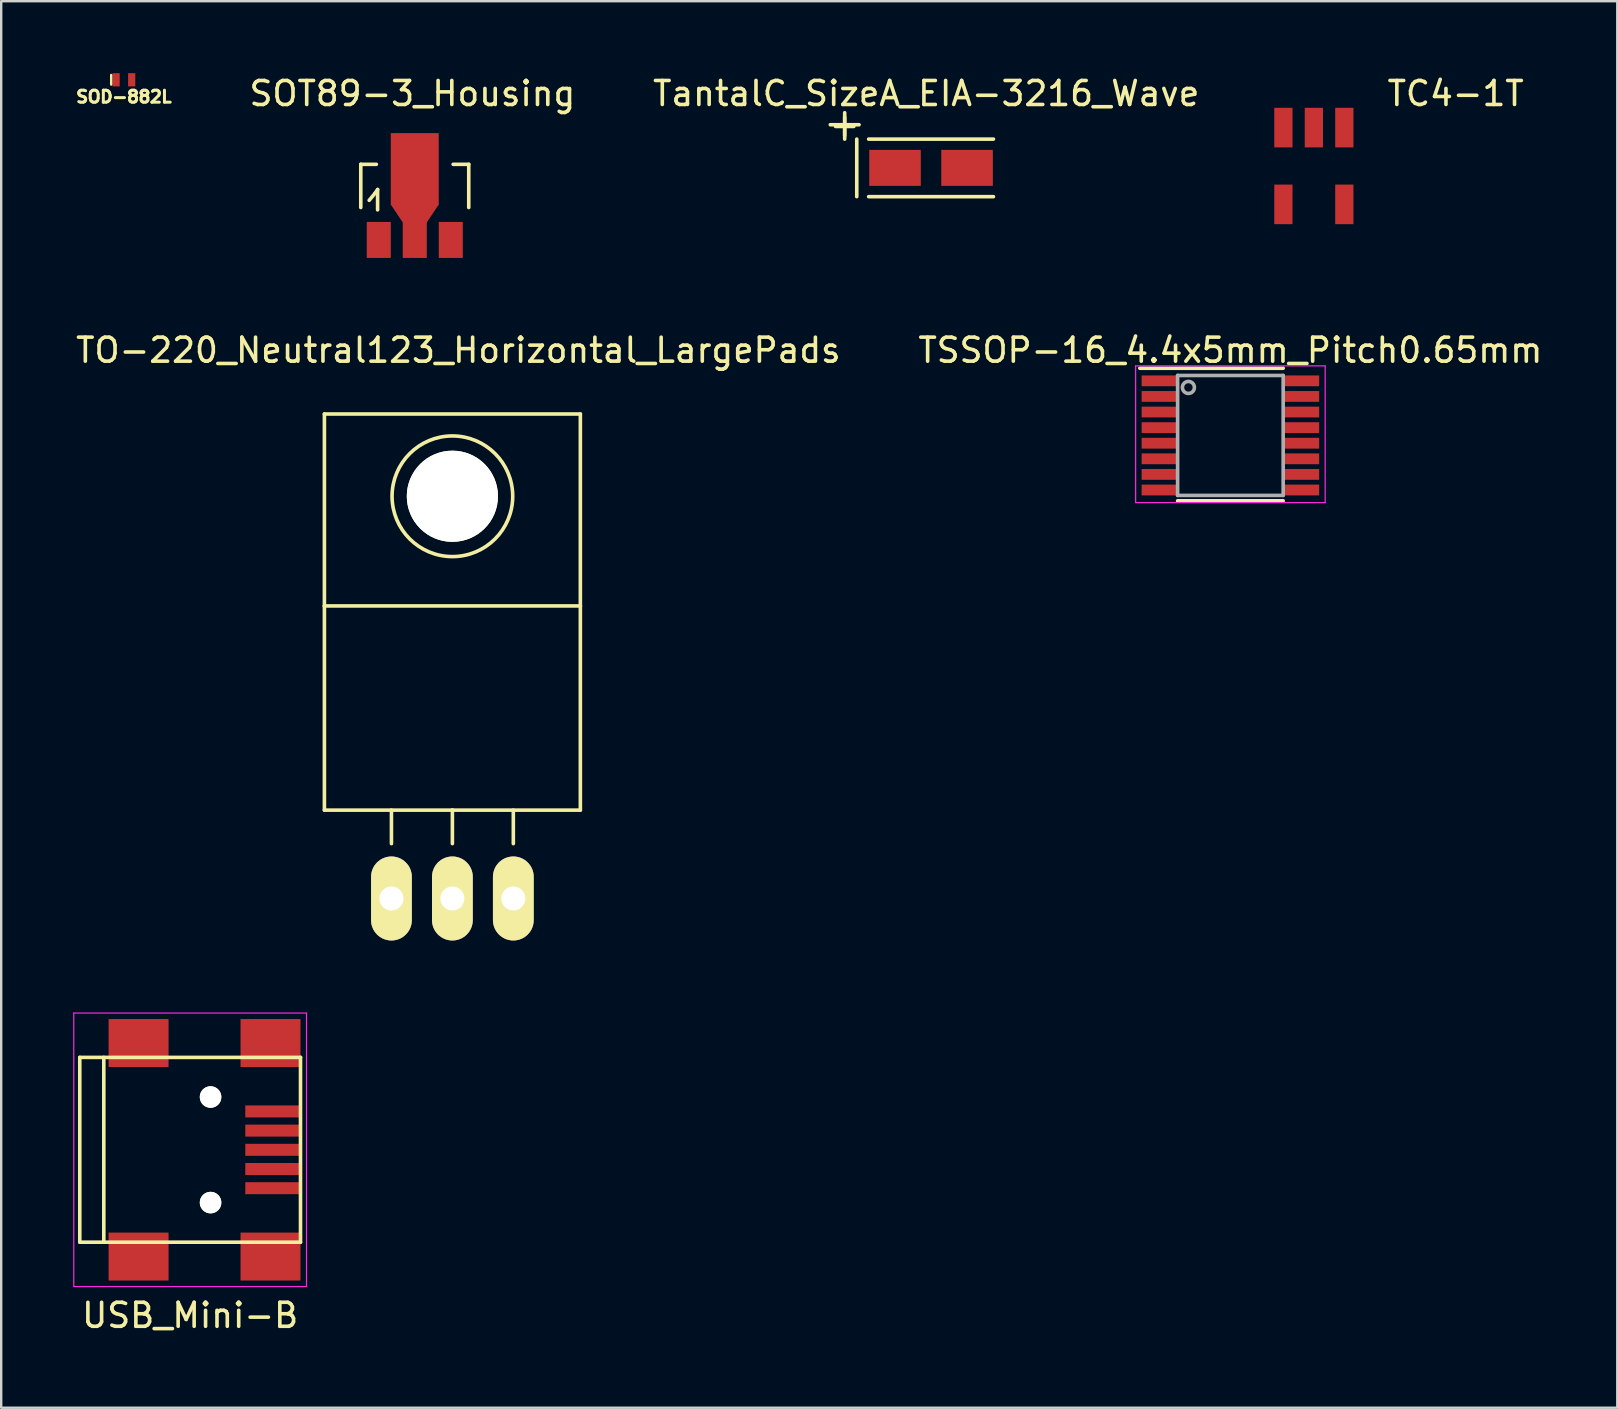
<source format=kicad_pcb>
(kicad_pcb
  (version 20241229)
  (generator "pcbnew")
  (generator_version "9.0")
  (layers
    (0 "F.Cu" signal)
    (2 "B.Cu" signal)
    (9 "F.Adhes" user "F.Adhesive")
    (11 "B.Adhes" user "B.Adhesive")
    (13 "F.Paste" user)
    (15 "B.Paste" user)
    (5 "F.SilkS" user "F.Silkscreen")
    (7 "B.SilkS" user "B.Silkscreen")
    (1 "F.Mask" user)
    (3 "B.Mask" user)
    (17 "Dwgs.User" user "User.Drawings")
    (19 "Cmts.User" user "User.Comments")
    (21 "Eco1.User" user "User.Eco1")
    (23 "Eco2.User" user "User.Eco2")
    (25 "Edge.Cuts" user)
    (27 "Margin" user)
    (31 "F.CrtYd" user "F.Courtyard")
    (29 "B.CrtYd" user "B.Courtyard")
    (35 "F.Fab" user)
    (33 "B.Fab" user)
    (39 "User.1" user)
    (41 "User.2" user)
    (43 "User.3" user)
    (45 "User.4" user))
  (footprint "TSSOP-16_4.4x5mm_Pitch0.65mm"
    (layer "F.Cu")
    (at 48.232 15.098)
    (property "Reference" "TSSOP-16_4.4x5mm_Pitch0.65mm" (at 0 -3.55 0) (layer "F.SilkS") (effects (font (size 1 1) (thickness 0.15))))
    (attr smd)
    (fp_line (start -3.775 -2.8) (end 2.2 -2.8) (stroke (width 0.15) (type solid)) (layer "F.SilkS"))
    (fp_line (start -2.2 2.725) (end 2.2 2.725) (stroke (width 0.15) (type solid)) (layer "F.SilkS"))
    (fp_line (start -3.95 -2.9) (end -3.95 2.8) (stroke (width 0.05) (type solid)) (layer "F.CrtYd"))
    (fp_line (start -3.95 -2.9) (end 3.95 -2.9) (stroke (width 0.05) (type solid)) (layer "F.CrtYd"))
    (fp_line (start -3.95 2.8) (end 3.95 2.8) (stroke (width 0.05) (type solid)) (layer "F.CrtYd"))
    (fp_line (start 3.95 -2.9) (end 3.95 2.8) (stroke (width 0.05) (type solid)) (layer "F.CrtYd"))
    (fp_line (start -2.2 -2.5) (end 2.2 -2.5) (stroke (width 0.15) (type solid)) (layer "F.Fab"))
    (fp_line (start -2.2 2.5) (end -2.2 -2.5) (stroke (width 0.15) (type solid)) (layer "F.Fab"))
    (fp_line (start 2.2 -2.5) (end 2.2 2.5) (stroke (width 0.15) (type solid)) (layer "F.Fab"))
    (fp_line (start 2.2 2.5) (end -2.2 2.5) (stroke (width 0.15) (type solid)) (layer "F.Fab"))
    (fp_circle (center -1.75 -2) (end -2 -2) (stroke (width 0.15) (type solid)) (fill no) (layer "F.Fab"))
    (pad "1" smd rect (at -2.95 -2.275) (size 1.5 0.45) (layers "F.Cu" "F.Mask" "F.Paste"))
    (pad "2" smd rect (at -2.95 -1.625) (size 1.5 0.45) (layers "F.Cu" "F.Mask" "F.Paste"))
    (pad "3" smd rect (at -2.95 -0.975) (size 1.5 0.45) (layers "F.Cu" "F.Mask" "F.Paste"))
    (pad "4" smd rect (at -2.95 -0.325) (size 1.5 0.45) (layers "F.Cu" "F.Mask" "F.Paste"))
    (pad "5" smd rect (at -2.95 0.325) (size 1.5 0.45) (layers "F.Cu" "F.Mask" "F.Paste"))
    (pad "6" smd rect (at -2.95 0.975) (size 1.5 0.45) (layers "F.Cu" "F.Mask" "F.Paste"))
    (pad "7" smd rect (at -2.95 1.625) (size 1.5 0.45) (layers "F.Cu" "F.Mask" "F.Paste"))
    (pad "8" smd rect (at -2.95 2.275) (size 1.5 0.45) (layers "F.Cu" "F.Mask" "F.Paste"))
    (pad "9" smd rect (at 2.95 2.275) (size 1.5 0.45) (layers "F.Cu" "F.Mask" "F.Paste"))
    (pad "10" smd rect (at 2.95 1.625) (size 1.5 0.45) (layers "F.Cu" "F.Mask" "F.Paste"))
    (pad "11" smd rect (at 2.95 0.975) (size 1.5 0.45) (layers "F.Cu" "F.Mask" "F.Paste"))
    (pad "12" smd rect (at 2.95 0.325) (size 1.5 0.45) (layers "F.Cu" "F.Mask" "F.Paste"))
    (pad "13" smd rect (at 2.95 -0.325) (size 1.5 0.45) (layers "F.Cu" "F.Mask" "F.Paste"))
    (pad "14" smd rect (at 2.95 -0.975) (size 1.5 0.45) (layers "F.Cu" "F.Mask" "F.Paste"))
    (pad "15" smd rect (at 2.95 -1.625) (size 1.5 0.45) (layers "F.Cu" "F.Mask" "F.Paste"))
    (pad "16" smd rect (at 2.95 -2.275) (size 1.5 0.45) (layers "F.Cu" "F.Mask" "F.Paste")))
  (footprint "TC4-1T"
    (layer "F.Cu")
    (at 51.711 3.868)
    (property "Reference" "TC4-1T" (at 5.91 -3.02 0) (layer "F.SilkS") (effects (font (size 1 1) (thickness 0.15))))
    (attr through_hole)
    (pad "1" smd rect (at -1.27 -1.6) (size 0.76 1.65) (layers "F.Cu" "F.Mask" "F.Paste"))
    (pad "2" smd rect (at 0 -1.6) (size 0.76 1.65) (layers "F.Cu" "F.Mask" "F.Paste"))
    (pad "3" smd rect (at 1.27 -1.6) (size 0.76 1.65) (layers "F.Cu" "F.Mask" "F.Paste"))
    (pad "4" smd rect (at 1.27 1.6) (size 0.76 1.65) (layers "F.Cu" "F.Mask" "F.Paste"))
    (pad "6" smd rect (at -1.27 1.6) (size 0.76 1.65) (layers "F.Cu" "F.Mask" "F.Paste")))
  (footprint "SOT89-3_Housing"
    (layer "F.Cu")
    (at 14.237 5.098)
    (property "Reference" "SOT89-3_Housing" (at -0.099 -4.249 0) (layer "F.SilkS") (effects (font (size 1 1) (thickness 0.15))))
    (attr smd)
    (fp_line (start -2.25 -1.3) (end -2.25 0.5) (stroke (width 0.15) (type solid)) (layer "F.SilkS"))
    (fp_line (start -2.25 -1.3) (end -1.6 -1.3) (stroke (width 0.15) (type solid)) (layer "F.SilkS"))
    (fp_line (start -1.9 0.201) (end -1.651 -0.099) (stroke (width 0.15) (type solid)) (layer "F.SilkS"))
    (fp_line (start -1.651 -0.099) (end -1.549 -0.249) (stroke (width 0.15) (type solid)) (layer "F.SilkS"))
    (fp_line (start -1.549 -0.249) (end -1.549 0.599) (stroke (width 0.15) (type solid)) (layer "F.SilkS"))
    (fp_line (start 2.25 -1.3) (end 1.6 -1.3) (stroke (width 0.15) (type solid)) (layer "F.SilkS"))
    (fp_line (start 2.25 -1.3) (end 2.25 0.5) (stroke (width 0.15) (type solid)) (layer "F.SilkS"))
    (pad "1" smd rect (at -1.501 1.852) (size 1.001 1.501) (layers "F.Cu" "F.Mask" "F.Paste"))
    (pad "2" smd rect (at 0 -1.1) (size 1.999 3) (layers "F.Cu" "F.Mask" "F.Paste"))
    (pad "2" smd trapezoid (at 0 0.749 180) (size 1.501 0.749) (rect_delta 0 0.5) (layers "F.Cu" "F.Mask" "F.Paste"))
    (pad "2" smd rect (at 0 1.852) (size 1.001 1.501) (layers "F.Cu" "F.Mask" "F.Paste"))
    (pad "3" smd rect (at 1.501 1.852) (size 1.001 1.501) (layers "F.Cu" "F.Mask" "F.Paste")))
  (footprint "TO-220_Neutral123_Horizontal_LargePads"
    (layer "F.Cu")
    (at 15.805 34.398)
    (property "Reference" "TO-220_Neutral123_Horizontal_LargePads" (at 0.249 -22.85 0) (layer "F.SilkS") (effects (font (size 1 1) (thickness 0.15))))
    (attr through_hole)
    (fp_line (start -5.334 -20.193) (end -5.334 -12.192) (stroke (width 0.15) (type solid)) (layer "F.SilkS"))
    (fp_line (start -5.334 -12.192) (end -5.334 -3.683) (stroke (width 0.15) (type solid)) (layer "F.SilkS"))
    (fp_line (start -2.54 -3.683) (end -2.54 -2.286) (stroke (width 0.15) (type solid)) (layer "F.SilkS"))
    (fp_line (start 0 -3.683) (end -5.334 -3.683) (stroke (width 0.15) (type solid)) (layer "F.SilkS"))
    (fp_line (start 0 -3.683) (end 0 -2.286) (stroke (width 0.15) (type solid)) (layer "F.SilkS"))
    (fp_line (start 0 -3.683) (end 5.334 -3.683) (stroke (width 0.15) (type solid)) (layer "F.SilkS"))
    (fp_line (start 2.54 -3.683) (end 2.54 -2.286) (stroke (width 0.15) (type solid)) (layer "F.SilkS"))
    (fp_line (start 5.334 -20.193) (end -5.334 -20.193) (stroke (width 0.15) (type solid)) (layer "F.SilkS"))
    (fp_line (start 5.334 -12.192) (end -5.334 -12.192) (stroke (width 0.15) (type solid)) (layer "F.SilkS"))
    (fp_line (start 5.334 -12.192) (end 5.334 -20.193) (stroke (width 0.15) (type solid)) (layer "F.SilkS"))
    (fp_line (start 5.334 -3.683) (end 5.334 -12.192) (stroke (width 0.15) (type solid)) (layer "F.SilkS"))
    (fp_circle (center 0 -16.764) (end 1.778 -14.986) (stroke (width 0.15) (type solid)) (fill no) (layer "F.SilkS"))
    (pad "" np_thru_hole circle (at 0 -16.764 90) (size 3.8 3.8) (drill 3.8) (layers "*.Cu" "*.Mask" "F.SilkS"))
    (pad "1" thru_hole oval (at -2.54 0 90) (size 3.5 1.699) (drill 1.001) (layers "*.Cu" "*.Mask" "F.SilkS"))
    (pad "2" thru_hole oval (at 0 0 90) (size 3.5 1.699) (drill 1.001) (layers "*.Cu" "*.Mask" "F.SilkS"))
    (pad "3" thru_hole oval (at 2.54 0 90) (size 3.5 1.699) (drill 1.001) (layers "*.Cu" "*.Mask" "F.SilkS")))
  (footprint "USB_Mini-B"
    (layer "F.Cu")
    (at 4.875 44.873)
    (property "Reference" "USB_Mini-B" (at 0 6.901 0) (layer "F.SilkS") (effects (font (size 1 1) (thickness 0.15))))
    (attr smd)
    (fp_line (start -4.6 -3.851) (end -4.6 3.851) (stroke (width 0.15) (type solid)) (layer "F.SilkS"))
    (fp_line (start -4.6 3.851) (end 4.6 3.851) (stroke (width 0.15) (type solid)) (layer "F.SilkS"))
    (fp_line (start -3.599 -3.851) (end -3.599 3.851) (stroke (width 0.15) (type solid)) (layer "F.SilkS"))
    (fp_line (start 4.6 -3.851) (end -4.6 -3.851) (stroke (width 0.15) (type solid)) (layer "F.SilkS"))
    (fp_line (start 4.6 3.851) (end 4.6 -3.851) (stroke (width 0.15) (type solid)) (layer "F.SilkS"))
    (fp_line (start -4.85 -5.7) (end 4.85 -5.7) (stroke (width 0.05) (type solid)) (layer "F.CrtYd"))
    (fp_line (start -4.85 5.7) (end -4.85 -5.7) (stroke (width 0.05) (type solid)) (layer "F.CrtYd"))
    (fp_line (start 4.85 -5.7) (end 4.85 5.7) (stroke (width 0.05) (type solid)) (layer "F.CrtYd"))
    (fp_line (start 4.85 5.7) (end -4.85 5.7) (stroke (width 0.05) (type solid)) (layer "F.CrtYd"))
    (pad "" np_thru_hole circle (at 0.851 -2.2) (size 0.899 0.899) (drill 0.899) (layers "*.Cu" "*.Mask" "F.SilkS"))
    (pad "" np_thru_hole circle (at 0.851 2.2) (size 0.899 0.899) (drill 0.899) (layers "*.Cu" "*.Mask" "F.SilkS"))
    (pad "1" smd rect (at 3.449 -1.6) (size 2.301 0.5) (layers "F.Cu" "F.Mask" "F.Paste"))
    (pad "2" smd rect (at 3.449 -0.8) (size 2.301 0.5) (layers "F.Cu" "F.Mask" "F.Paste"))
    (pad "3" smd rect (at 3.449 0) (size 2.301 0.5) (layers "F.Cu" "F.Mask" "F.Paste"))
    (pad "4" smd rect (at 3.449 0.8) (size 2.301 0.5) (layers "F.Cu" "F.Mask" "F.Paste"))
    (pad "5" smd rect (at 3.449 1.6) (size 2.301 0.5) (layers "F.Cu" "F.Mask" "F.Paste"))
    (pad "6" smd rect (at -2.149 -4.45) (size 2.499 1.999) (layers "F.Cu" "F.Mask" "F.Paste"))
    (pad "6" smd rect (at -2.149 4.45) (size 2.499 1.999) (layers "F.Cu" "F.Mask" "F.Paste"))
    (pad "6" smd rect (at 3.35 -4.45) (size 2.499 1.999) (layers "F.Cu" "F.Mask" "F.Paste"))
    (pad "6" smd rect (at 3.35 4.45) (size 2.499 1.999) (layers "F.Cu" "F.Mask" "F.Paste")))
  (footprint "SOD-882L"
    (layer "F.Cu")
    (at 2.114 0.275)
    (property "Reference" "SOD-882L" (at 0 0.709 0) (layer "F.SilkS") (effects (font (size 0.5 0.5) (thickness 0.125))))
    (attr through_hole)
    (fp_line (start -0.53 -0.2) (end -0.53 0.2) (stroke (width 0.1) (type solid)) (layer "F.SilkS"))
    (pad "1" smd rect (at -0.325 0) (size 0.3 0.55) (layers "F.Cu" "F.Mask" "F.Paste"))
    (pad "2" smd rect (at 0.325 0) (size 0.3 0.55) (layers "F.Cu" "F.Mask" "F.Paste")))
  (footprint "TantalC_SizeA_EIA-3216_Wave"
    (layer "F.Cu")
    (at 35.755 3.947)
    (property "Reference" "TantalC_SizeA_EIA-3216_Wave" (at -0.201 -3.099 0) (layer "F.SilkS") (effects (font (size 1 1) (thickness 0.15))))
    (attr smd)
    (fp_line (start -4.199 -1.798) (end -3 -1.798) (stroke (width 0.15) (type solid)) (layer "F.SilkS"))
    (fp_line (start -3.599 -2.299) (end -3.599 -1.199) (stroke (width 0.15) (type solid)) (layer "F.SilkS"))
    (fp_line (start -3.096 -1.199) (end -3.096 1.199) (stroke (width 0.15) (type solid)) (layer "F.SilkS"))
    (fp_line (start -2.601 1.199) (end 2.601 1.199) (stroke (width 0.15) (type solid)) (layer "F.SilkS"))
    (fp_line (start 2.601 -1.199) (end -2.601 -1.199) (stroke (width 0.15) (type solid)) (layer "F.SilkS"))
    (fp_text user "+" (at -3.599 -1.801 0) (layer "F.SilkS") (effects (font (size 1 1) (thickness 0.15))))
    (pad "1" smd rect (at -1.501 0) (size 2.149 1.501) (layers "F.Cu" "F.Mask" "F.Paste"))
    (pad "2" smd rect (at 1.501 0) (size 2.149 1.501) (layers "F.Cu" "F.Mask" "F.Paste")))
  (gr_rect
    (start -3 -3)
    (end 64.357 55.622)
    (stroke (width 0.1) (type default))
    (fill no)
    (layer "Edge.Cuts")))
</source>
